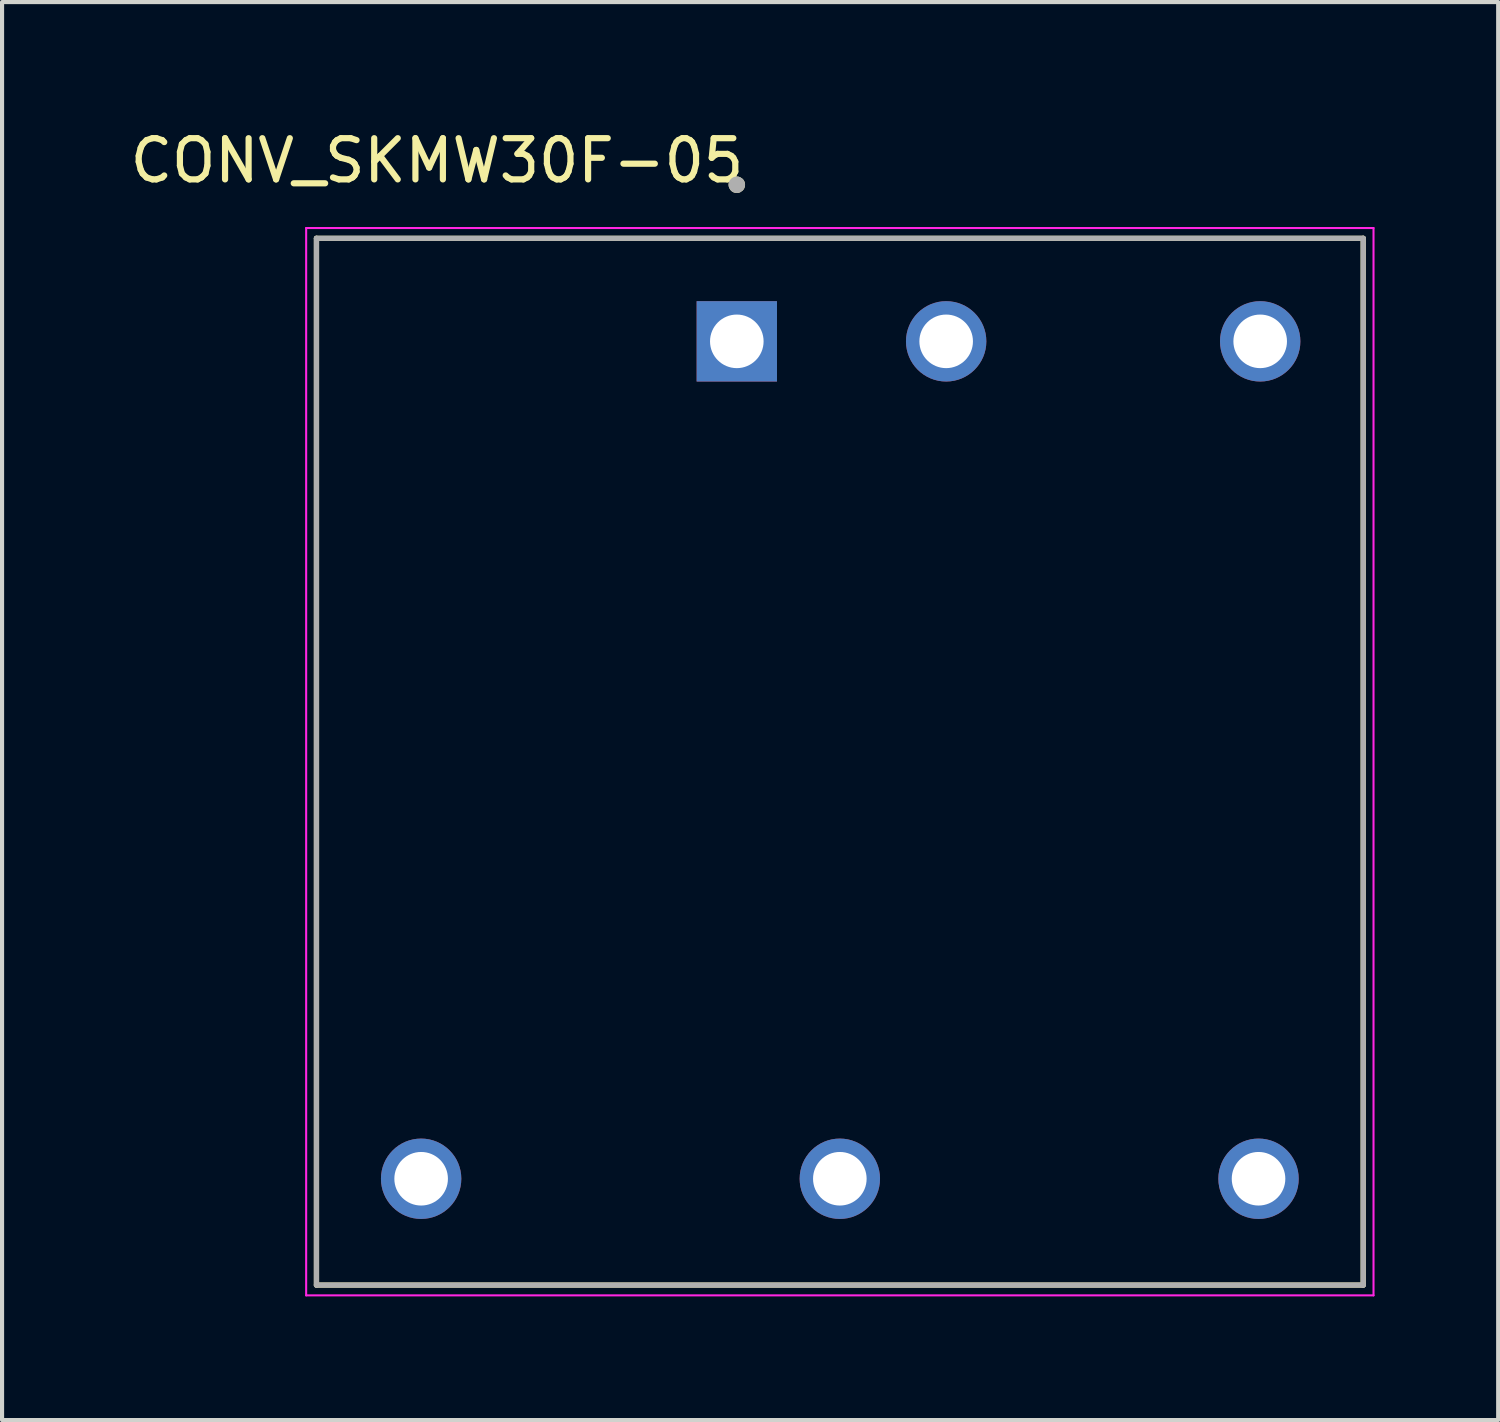
<source format=kicad_pcb>
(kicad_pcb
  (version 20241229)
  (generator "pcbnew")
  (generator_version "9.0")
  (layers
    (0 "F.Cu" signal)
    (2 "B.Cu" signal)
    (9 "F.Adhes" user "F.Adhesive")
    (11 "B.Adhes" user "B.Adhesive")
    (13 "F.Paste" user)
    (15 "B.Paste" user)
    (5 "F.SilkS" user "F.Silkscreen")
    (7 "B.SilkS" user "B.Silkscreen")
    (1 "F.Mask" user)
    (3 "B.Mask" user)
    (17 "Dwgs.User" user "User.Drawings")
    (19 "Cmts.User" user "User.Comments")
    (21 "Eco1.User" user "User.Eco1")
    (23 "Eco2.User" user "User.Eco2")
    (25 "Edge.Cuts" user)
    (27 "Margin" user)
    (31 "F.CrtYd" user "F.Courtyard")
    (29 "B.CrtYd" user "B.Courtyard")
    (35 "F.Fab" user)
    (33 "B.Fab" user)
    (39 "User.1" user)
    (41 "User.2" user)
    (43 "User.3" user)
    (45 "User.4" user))
  (footprint "CONV_SKMW30F-05"
    (layer "F.Cu")
    (at 17.329 15.433)
    (property "Reference" "CONV_SKMW30F-05" (at -9.775 -14.585 0) (layer "F.SilkS") (effects (font (size 1 1) (thickness 0.15))))
    (attr through_hole)
    (fp_line (start -12.7 -12.7) (end -12.7 12.7) (stroke (width 0.127) (type solid)) (layer "F.SilkS"))
    (fp_line (start -12.7 12.7) (end 12.7 12.7) (stroke (width 0.127) (type solid)) (layer "F.SilkS"))
    (fp_line (start 12.7 -12.7) (end -12.7 -12.7) (stroke (width 0.127) (type solid)) (layer "F.SilkS"))
    (fp_line (start 12.7 12.7) (end 12.7 -12.7) (stroke (width 0.127) (type solid)) (layer "F.SilkS"))
    (fp_circle (center -2.5 -14) (end -2.4 -14) (stroke (width 0.2) (type solid)) (fill no) (layer "F.SilkS"))
    (fp_line (start -12.95 -12.95) (end -12.95 12.95) (stroke (width 0.05) (type solid)) (layer "F.CrtYd"))
    (fp_line (start -12.95 12.95) (end 12.95 12.95) (stroke (width 0.05) (type solid)) (layer "F.CrtYd"))
    (fp_line (start 12.95 -12.95) (end -12.95 -12.95) (stroke (width 0.05) (type solid)) (layer "F.CrtYd"))
    (fp_line (start 12.95 12.95) (end 12.95 -12.95) (stroke (width 0.05) (type solid)) (layer "F.CrtYd"))
    (fp_line (start -12.7 -12.7) (end -12.7 12.7) (stroke (width 0.127) (type solid)) (layer "F.Fab"))
    (fp_line (start -12.7 12.7) (end 12.7 12.7) (stroke (width 0.127) (type solid)) (layer "F.Fab"))
    (fp_line (start 12.7 -12.7) (end -12.7 -12.7) (stroke (width 0.127) (type solid)) (layer "F.Fab"))
    (fp_line (start 12.7 12.7) (end 12.7 -12.7) (stroke (width 0.127) (type solid)) (layer "F.Fab"))
    (fp_circle (center -2.5 -14) (end -2.4 -14) (stroke (width 0.2) (type solid)) (fill no) (layer "F.Fab"))
    (pad "1" thru_hole rect (at -2.5 -10.2) (size 1.95 1.95) (drill 1.3) (layers "*.Cu" "*.Mask"))
    (pad "2" thru_hole circle (at 2.58 -10.2) (size 1.95 1.95) (drill 1.3) (layers "*.Cu" "*.Mask"))
    (pad "3" thru_hole circle (at -10.16 10.12) (size 1.95 1.95) (drill 1.3) (layers "*.Cu" "*.Mask"))
    (pad "4" thru_hole circle (at 0 10.12) (size 1.95 1.95) (drill 1.3) (layers "*.Cu" "*.Mask"))
    (pad "5" thru_hole circle (at 10.16 10.12) (size 1.95 1.95) (drill 1.3) (layers "*.Cu" "*.Mask"))
    (pad "6" thru_hole circle (at 10.2 -10.2) (size 1.95 1.95) (drill 1.3) (layers "*.Cu" "*.Mask")))
  (gr_rect
    (start -3 -3)
    (end 33.304 31.408)
    (stroke (width 0.1) (type default))
    (fill no)
    (layer "Edge.Cuts")))
</source>
